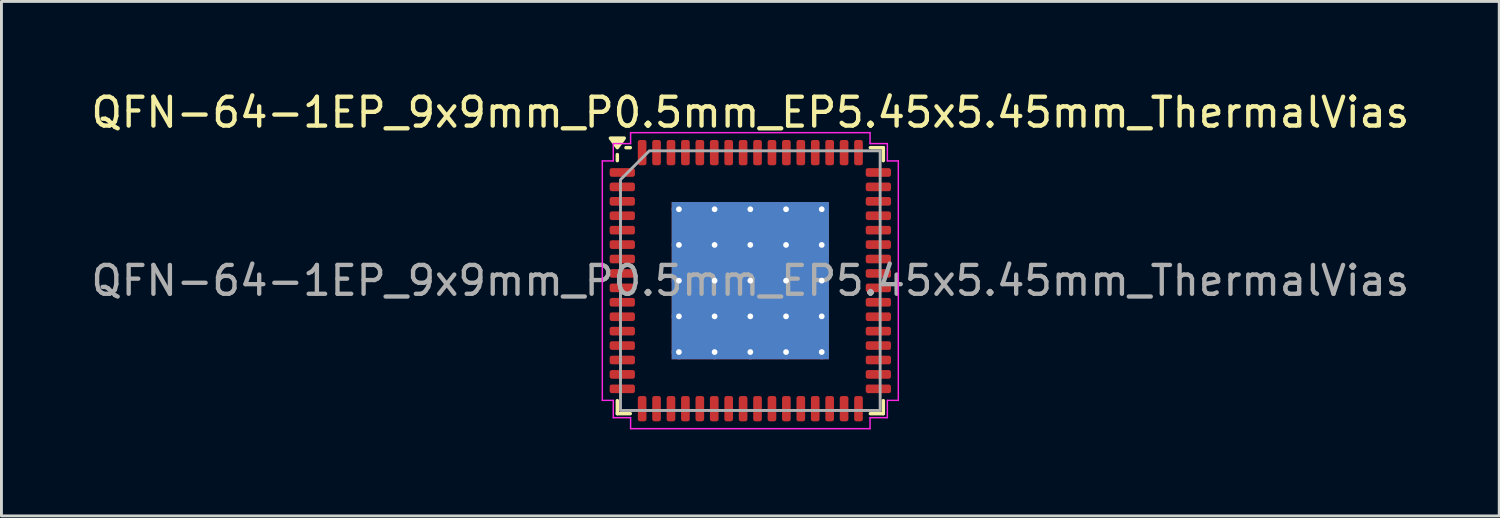
<source format=kicad_pcb>
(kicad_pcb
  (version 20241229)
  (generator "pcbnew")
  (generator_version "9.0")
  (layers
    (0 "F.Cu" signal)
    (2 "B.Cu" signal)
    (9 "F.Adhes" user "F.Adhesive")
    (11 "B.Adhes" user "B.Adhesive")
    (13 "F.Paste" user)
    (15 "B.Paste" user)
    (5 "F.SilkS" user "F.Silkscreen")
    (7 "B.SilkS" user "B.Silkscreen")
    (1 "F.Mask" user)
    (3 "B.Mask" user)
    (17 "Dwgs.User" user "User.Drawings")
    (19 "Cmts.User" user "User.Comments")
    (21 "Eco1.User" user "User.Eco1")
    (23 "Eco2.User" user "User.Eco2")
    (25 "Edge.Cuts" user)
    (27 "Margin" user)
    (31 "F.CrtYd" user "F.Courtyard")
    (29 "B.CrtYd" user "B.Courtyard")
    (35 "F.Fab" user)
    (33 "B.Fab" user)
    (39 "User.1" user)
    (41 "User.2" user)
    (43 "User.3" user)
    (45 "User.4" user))
  (footprint "QFN-64-1EP_9x9mm_P0.5mm_EP5.45x5.45mm_ThermalVias"
    (layer "F.Cu")
    (at 22.958 6.678)
    (property "Reference" "QFN-64-1EP_9x9mm_P0.5mm_EP5.45x5.45mm_ThermalVias" (at 0 -5.83 0) (layer "F.SilkS") (effects (font (size 1 1) (thickness 0.15))))
    (attr smd)
    (fp_line (start -4.61 -4.16) (end -4.61 -4.37) (stroke (width 0.12) (type solid)) (layer "F.SilkS"))
    (fp_line (start -4.61 4.61) (end -4.61 4.16) (stroke (width 0.12) (type solid)) (layer "F.SilkS"))
    (fp_line (start -4.16 -4.61) (end -4.31 -4.61) (stroke (width 0.12) (type solid)) (layer "F.SilkS"))
    (fp_line (start -4.16 4.61) (end -4.61 4.61) (stroke (width 0.12) (type solid)) (layer "F.SilkS"))
    (fp_line (start 4.16 -4.61) (end 4.61 -4.61) (stroke (width 0.12) (type solid)) (layer "F.SilkS"))
    (fp_line (start 4.16 4.61) (end 4.61 4.61) (stroke (width 0.12) (type solid)) (layer "F.SilkS"))
    (fp_line (start 4.61 -4.61) (end 4.61 -4.16) (stroke (width 0.12) (type solid)) (layer "F.SilkS"))
    (fp_line (start 4.61 4.61) (end 4.61 4.16) (stroke (width 0.12) (type solid)) (layer "F.SilkS"))
    (fp_poly (pts (xy -4.61 -4.61) (xy -4.85 -4.94) (xy -4.37 -4.94)) (stroke (width 0.12) (type solid)) (fill yes) (layer "F.SilkS"))
    (fp_line (start -5.13 -4.15) (end -4.75 -4.15) (stroke (width 0.05) (type solid)) (layer "F.CrtYd"))
    (fp_line (start -5.13 4.15) (end -5.13 -4.15) (stroke (width 0.05) (type solid)) (layer "F.CrtYd"))
    (fp_line (start -4.75 -4.75) (end -4.15 -4.75) (stroke (width 0.05) (type solid)) (layer "F.CrtYd"))
    (fp_line (start -4.75 -4.15) (end -4.75 -4.75) (stroke (width 0.05) (type solid)) (layer "F.CrtYd"))
    (fp_line (start -4.75 4.15) (end -5.13 4.15) (stroke (width 0.05) (type solid)) (layer "F.CrtYd"))
    (fp_line (start -4.75 4.75) (end -4.75 4.15) (stroke (width 0.05) (type solid)) (layer "F.CrtYd"))
    (fp_line (start -4.15 -5.13) (end 4.15 -5.13) (stroke (width 0.05) (type solid)) (layer "F.CrtYd"))
    (fp_line (start -4.15 -4.75) (end -4.15 -5.13) (stroke (width 0.05) (type solid)) (layer "F.CrtYd"))
    (fp_line (start -4.15 4.75) (end -4.75 4.75) (stroke (width 0.05) (type solid)) (layer "F.CrtYd"))
    (fp_line (start -4.15 5.13) (end -4.15 4.75) (stroke (width 0.05) (type solid)) (layer "F.CrtYd"))
    (fp_line (start 4.15 -5.13) (end 4.15 -4.75) (stroke (width 0.05) (type solid)) (layer "F.CrtYd"))
    (fp_line (start 4.15 -4.75) (end 4.75 -4.75) (stroke (width 0.05) (type solid)) (layer "F.CrtYd"))
    (fp_line (start 4.15 4.75) (end 4.15 5.13) (stroke (width 0.05) (type solid)) (layer "F.CrtYd"))
    (fp_line (start 4.15 5.13) (end -4.15 5.13) (stroke (width 0.05) (type solid)) (layer "F.CrtYd"))
    (fp_line (start 4.75 -4.75) (end 4.75 -4.15) (stroke (width 0.05) (type solid)) (layer "F.CrtYd"))
    (fp_line (start 4.75 -4.15) (end 5.13 -4.15) (stroke (width 0.05) (type solid)) (layer "F.CrtYd"))
    (fp_line (start 4.75 4.15) (end 4.75 4.75) (stroke (width 0.05) (type solid)) (layer "F.CrtYd"))
    (fp_line (start 4.75 4.75) (end 4.15 4.75) (stroke (width 0.05) (type solid)) (layer "F.CrtYd"))
    (fp_line (start 5.13 -4.15) (end 5.13 4.15) (stroke (width 0.05) (type solid)) (layer "F.CrtYd"))
    (fp_line (start 5.13 4.15) (end 4.75 4.15) (stroke (width 0.05) (type solid)) (layer "F.CrtYd"))
    (fp_poly (pts (xy -4.5 -3.5) (xy -4.5 4.5) (xy 4.5 4.5) (xy 4.5 -4.5) (xy -3.5 -4.5)) (stroke (width 0.1) (type solid)) (fill no) (layer "F.Fab"))
    (fp_text user "${REFERENCE}" (at 0 0 0) (layer "F.Fab") (effects (font (size 1 1) (thickness 0.15))))
    (pad "" smd roundrect (at -2.04 -2.04) (size 1.06 1.06) (layers "F.Paste") (roundrect_rratio 0.236))
    (pad "" smd roundrect (at -2.04 -0.68) (size 1.06 1.06) (layers "F.Paste") (roundrect_rratio 0.236))
    (pad "" smd roundrect (at -2.04 0.68) (size 1.06 1.06) (layers "F.Paste") (roundrect_rratio 0.236))
    (pad "" smd roundrect (at -2.04 2.04) (size 1.06 1.06) (layers "F.Paste") (roundrect_rratio 0.236))
    (pad "" smd roundrect (at -0.68 -2.04) (size 1.06 1.06) (layers "F.Paste") (roundrect_rratio 0.236))
    (pad "" smd roundrect (at -0.68 -0.68) (size 1.06 1.06) (layers "F.Paste") (roundrect_rratio 0.236))
    (pad "" smd roundrect (at -0.68 0.68) (size 1.06 1.06) (layers "F.Paste") (roundrect_rratio 0.236))
    (pad "" smd roundrect (at -0.68 2.04) (size 1.06 1.06) (layers "F.Paste") (roundrect_rratio 0.236))
    (pad "" smd roundrect (at 0.68 -2.04) (size 1.06 1.06) (layers "F.Paste") (roundrect_rratio 0.236))
    (pad "" smd roundrect (at 0.68 -0.68) (size 1.06 1.06) (layers "F.Paste") (roundrect_rratio 0.236))
    (pad "" smd roundrect (at 0.68 0.68) (size 1.06 1.06) (layers "F.Paste") (roundrect_rratio 0.236))
    (pad "" smd roundrect (at 0.68 2.04) (size 1.06 1.06) (layers "F.Paste") (roundrect_rratio 0.236))
    (pad "" smd roundrect (at 2.04 -2.04) (size 1.06 1.06) (layers "F.Paste") (roundrect_rratio 0.236))
    (pad "" smd roundrect (at 2.04 -0.68) (size 1.06 1.06) (layers "F.Paste") (roundrect_rratio 0.236))
    (pad "" smd roundrect (at 2.04 0.68) (size 1.06 1.06) (layers "F.Paste") (roundrect_rratio 0.236))
    (pad "" smd roundrect (at 2.04 2.04) (size 1.06 1.06) (layers "F.Paste") (roundrect_rratio 0.236))
    (pad "1" smd roundrect (at -4.438 -3.75) (size 0.875 0.3) (layers "F.Cu" "F.Mask" "F.Paste") (roundrect_rratio 0.25))
    (pad "2" smd roundrect (at -4.438 -3.25) (size 0.875 0.3) (layers "F.Cu" "F.Mask" "F.Paste") (roundrect_rratio 0.25))
    (pad "3" smd roundrect (at -4.438 -2.75) (size 0.875 0.3) (layers "F.Cu" "F.Mask" "F.Paste") (roundrect_rratio 0.25))
    (pad "4" smd roundrect (at -4.438 -2.25) (size 0.875 0.3) (layers "F.Cu" "F.Mask" "F.Paste") (roundrect_rratio 0.25))
    (pad "5" smd roundrect (at -4.438 -1.75) (size 0.875 0.3) (layers "F.Cu" "F.Mask" "F.Paste") (roundrect_rratio 0.25))
    (pad "6" smd roundrect (at -4.438 -1.25) (size 0.875 0.3) (layers "F.Cu" "F.Mask" "F.Paste") (roundrect_rratio 0.25))
    (pad "7" smd roundrect (at -4.438 -0.75) (size 0.875 0.3) (layers "F.Cu" "F.Mask" "F.Paste") (roundrect_rratio 0.25))
    (pad "8" smd roundrect (at -4.438 -0.25) (size 0.875 0.3) (layers "F.Cu" "F.Mask" "F.Paste") (roundrect_rratio 0.25))
    (pad "9" smd roundrect (at -4.438 0.25) (size 0.875 0.3) (layers "F.Cu" "F.Mask" "F.Paste") (roundrect_rratio 0.25))
    (pad "10" smd roundrect (at -4.438 0.75) (size 0.875 0.3) (layers "F.Cu" "F.Mask" "F.Paste") (roundrect_rratio 0.25))
    (pad "11" smd roundrect (at -4.438 1.25) (size 0.875 0.3) (layers "F.Cu" "F.Mask" "F.Paste") (roundrect_rratio 0.25))
    (pad "12" smd roundrect (at -4.438 1.75) (size 0.875 0.3) (layers "F.Cu" "F.Mask" "F.Paste") (roundrect_rratio 0.25))
    (pad "13" smd roundrect (at -4.438 2.25) (size 0.875 0.3) (layers "F.Cu" "F.Mask" "F.Paste") (roundrect_rratio 0.25))
    (pad "14" smd roundrect (at -4.438 2.75) (size 0.875 0.3) (layers "F.Cu" "F.Mask" "F.Paste") (roundrect_rratio 0.25))
    (pad "15" smd roundrect (at -4.438 3.25) (size 0.875 0.3) (layers "F.Cu" "F.Mask" "F.Paste") (roundrect_rratio 0.25))
    (pad "16" smd roundrect (at -4.438 3.75) (size 0.875 0.3) (layers "F.Cu" "F.Mask" "F.Paste") (roundrect_rratio 0.25))
    (pad "17" smd roundrect (at -3.75 4.438) (size 0.3 0.875) (layers "F.Cu" "F.Mask" "F.Paste") (roundrect_rratio 0.25))
    (pad "18" smd roundrect (at -3.25 4.438) (size 0.3 0.875) (layers "F.Cu" "F.Mask" "F.Paste") (roundrect_rratio 0.25))
    (pad "19" smd roundrect (at -2.75 4.438) (size 0.3 0.875) (layers "F.Cu" "F.Mask" "F.Paste") (roundrect_rratio 0.25))
    (pad "20" smd roundrect (at -2.25 4.438) (size 0.3 0.875) (layers "F.Cu" "F.Mask" "F.Paste") (roundrect_rratio 0.25))
    (pad "21" smd roundrect (at -1.75 4.438) (size 0.3 0.875) (layers "F.Cu" "F.Mask" "F.Paste") (roundrect_rratio 0.25))
    (pad "22" smd roundrect (at -1.25 4.438) (size 0.3 0.875) (layers "F.Cu" "F.Mask" "F.Paste") (roundrect_rratio 0.25))
    (pad "23" smd roundrect (at -0.75 4.438) (size 0.3 0.875) (layers "F.Cu" "F.Mask" "F.Paste") (roundrect_rratio 0.25))
    (pad "24" smd roundrect (at -0.25 4.438) (size 0.3 0.875) (layers "F.Cu" "F.Mask" "F.Paste") (roundrect_rratio 0.25))
    (pad "25" smd roundrect (at 0.25 4.438) (size 0.3 0.875) (layers "F.Cu" "F.Mask" "F.Paste") (roundrect_rratio 0.25))
    (pad "26" smd roundrect (at 0.75 4.438) (size 0.3 0.875) (layers "F.Cu" "F.Mask" "F.Paste") (roundrect_rratio 0.25))
    (pad "27" smd roundrect (at 1.25 4.438) (size 0.3 0.875) (layers "F.Cu" "F.Mask" "F.Paste") (roundrect_rratio 0.25))
    (pad "28" smd roundrect (at 1.75 4.438) (size 0.3 0.875) (layers "F.Cu" "F.Mask" "F.Paste") (roundrect_rratio 0.25))
    (pad "29" smd roundrect (at 2.25 4.438) (size 0.3 0.875) (layers "F.Cu" "F.Mask" "F.Paste") (roundrect_rratio 0.25))
    (pad "30" smd roundrect (at 2.75 4.438) (size 0.3 0.875) (layers "F.Cu" "F.Mask" "F.Paste") (roundrect_rratio 0.25))
    (pad "31" smd roundrect (at 3.25 4.438) (size 0.3 0.875) (layers "F.Cu" "F.Mask" "F.Paste") (roundrect_rratio 0.25))
    (pad "32" smd roundrect (at 3.75 4.438) (size 0.3 0.875) (layers "F.Cu" "F.Mask" "F.Paste") (roundrect_rratio 0.25))
    (pad "33" smd roundrect (at 4.438 3.75) (size 0.875 0.3) (layers "F.Cu" "F.Mask" "F.Paste") (roundrect_rratio 0.25))
    (pad "34" smd roundrect (at 4.438 3.25) (size 0.875 0.3) (layers "F.Cu" "F.Mask" "F.Paste") (roundrect_rratio 0.25))
    (pad "35" smd roundrect (at 4.438 2.75) (size 0.875 0.3) (layers "F.Cu" "F.Mask" "F.Paste") (roundrect_rratio 0.25))
    (pad "36" smd roundrect (at 4.438 2.25) (size 0.875 0.3) (layers "F.Cu" "F.Mask" "F.Paste") (roundrect_rratio 0.25))
    (pad "37" smd roundrect (at 4.438 1.75) (size 0.875 0.3) (layers "F.Cu" "F.Mask" "F.Paste") (roundrect_rratio 0.25))
    (pad "38" smd roundrect (at 4.438 1.25) (size 0.875 0.3) (layers "F.Cu" "F.Mask" "F.Paste") (roundrect_rratio 0.25))
    (pad "39" smd roundrect (at 4.438 0.75) (size 0.875 0.3) (layers "F.Cu" "F.Mask" "F.Paste") (roundrect_rratio 0.25))
    (pad "40" smd roundrect (at 4.438 0.25) (size 0.875 0.3) (layers "F.Cu" "F.Mask" "F.Paste") (roundrect_rratio 0.25))
    (pad "41" smd roundrect (at 4.438 -0.25) (size 0.875 0.3) (layers "F.Cu" "F.Mask" "F.Paste") (roundrect_rratio 0.25))
    (pad "42" smd roundrect (at 4.438 -0.75) (size 0.875 0.3) (layers "F.Cu" "F.Mask" "F.Paste") (roundrect_rratio 0.25))
    (pad "43" smd roundrect (at 4.438 -1.25) (size 0.875 0.3) (layers "F.Cu" "F.Mask" "F.Paste") (roundrect_rratio 0.25))
    (pad "44" smd roundrect (at 4.438 -1.75) (size 0.875 0.3) (layers "F.Cu" "F.Mask" "F.Paste") (roundrect_rratio 0.25))
    (pad "45" smd roundrect (at 4.438 -2.25) (size 0.875 0.3) (layers "F.Cu" "F.Mask" "F.Paste") (roundrect_rratio 0.25))
    (pad "46" smd roundrect (at 4.438 -2.75) (size 0.875 0.3) (layers "F.Cu" "F.Mask" "F.Paste") (roundrect_rratio 0.25))
    (pad "47" smd roundrect (at 4.438 -3.25) (size 0.875 0.3) (layers "F.Cu" "F.Mask" "F.Paste") (roundrect_rratio 0.25))
    (pad "48" smd roundrect (at 4.438 -3.75) (size 0.875 0.3) (layers "F.Cu" "F.Mask" "F.Paste") (roundrect_rratio 0.25))
    (pad "49" smd roundrect (at 3.75 -4.438) (size 0.3 0.875) (layers "F.Cu" "F.Mask" "F.Paste") (roundrect_rratio 0.25))
    (pad "50" smd roundrect (at 3.25 -4.438) (size 0.3 0.875) (layers "F.Cu" "F.Mask" "F.Paste") (roundrect_rratio 0.25))
    (pad "51" smd roundrect (at 2.75 -4.438) (size 0.3 0.875) (layers "F.Cu" "F.Mask" "F.Paste") (roundrect_rratio 0.25))
    (pad "52" smd roundrect (at 2.25 -4.438) (size 0.3 0.875) (layers "F.Cu" "F.Mask" "F.Paste") (roundrect_rratio 0.25))
    (pad "53" smd roundrect (at 1.75 -4.438) (size 0.3 0.875) (layers "F.Cu" "F.Mask" "F.Paste") (roundrect_rratio 0.25))
    (pad "54" smd roundrect (at 1.25 -4.438) (size 0.3 0.875) (layers "F.Cu" "F.Mask" "F.Paste") (roundrect_rratio 0.25))
    (pad "55" smd roundrect (at 0.75 -4.438) (size 0.3 0.875) (layers "F.Cu" "F.Mask" "F.Paste") (roundrect_rratio 0.25))
    (pad "56" smd roundrect (at 0.25 -4.438) (size 0.3 0.875) (layers "F.Cu" "F.Mask" "F.Paste") (roundrect_rratio 0.25))
    (pad "57" smd roundrect (at -0.25 -4.438) (size 0.3 0.875) (layers "F.Cu" "F.Mask" "F.Paste") (roundrect_rratio 0.25))
    (pad "58" smd roundrect (at -0.75 -4.438) (size 0.3 0.875) (layers "F.Cu" "F.Mask" "F.Paste") (roundrect_rratio 0.25))
    (pad "59" smd roundrect (at -1.25 -4.438) (size 0.3 0.875) (layers "F.Cu" "F.Mask" "F.Paste") (roundrect_rratio 0.25))
    (pad "60" smd roundrect (at -1.75 -4.438) (size 0.3 0.875) (layers "F.Cu" "F.Mask" "F.Paste") (roundrect_rratio 0.25))
    (pad "61" smd roundrect (at -2.25 -4.438) (size 0.3 0.875) (layers "F.Cu" "F.Mask" "F.Paste") (roundrect_rratio 0.25))
    (pad "62" smd roundrect (at -2.75 -4.438) (size 0.3 0.875) (layers "F.Cu" "F.Mask" "F.Paste") (roundrect_rratio 0.25))
    (pad "63" smd roundrect (at -3.25 -4.438) (size 0.3 0.875) (layers "F.Cu" "F.Mask" "F.Paste") (roundrect_rratio 0.25))
    (pad "64" smd roundrect (at -3.75 -4.438) (size 0.3 0.875) (layers "F.Cu" "F.Mask" "F.Paste") (roundrect_rratio 0.25))
    (pad "65" thru_hole circle (at -2.475 -2.475) (size 0.5 0.5) (drill 0.2) (property pad_prop_heatsink) (layers "*.Cu"))
    (pad "65" thru_hole circle (at -2.475 -1.238) (size 0.5 0.5) (drill 0.2) (property pad_prop_heatsink) (layers "*.Cu"))
    (pad "65" thru_hole circle (at -2.475 0) (size 0.5 0.5) (drill 0.2) (property pad_prop_heatsink) (layers "*.Cu"))
    (pad "65" thru_hole circle (at -2.475 1.238) (size 0.5 0.5) (drill 0.2) (property pad_prop_heatsink) (layers "*.Cu"))
    (pad "65" thru_hole circle (at -2.475 2.475) (size 0.5 0.5) (drill 0.2) (property pad_prop_heatsink) (layers "*.Cu"))
    (pad "65" thru_hole circle (at -1.238 -2.475) (size 0.5 0.5) (drill 0.2) (property pad_prop_heatsink) (layers "*.Cu"))
    (pad "65" thru_hole circle (at -1.238 -1.238) (size 0.5 0.5) (drill 0.2) (property pad_prop_heatsink) (layers "*.Cu"))
    (pad "65" thru_hole circle (at -1.238 0) (size 0.5 0.5) (drill 0.2) (property pad_prop_heatsink) (layers "*.Cu"))
    (pad "65" thru_hole circle (at -1.238 1.238) (size 0.5 0.5) (drill 0.2) (property pad_prop_heatsink) (layers "*.Cu"))
    (pad "65" thru_hole circle (at -1.238 2.475) (size 0.5 0.5) (drill 0.2) (property pad_prop_heatsink) (layers "*.Cu"))
    (pad "65" thru_hole circle (at 0 -2.475) (size 0.5 0.5) (drill 0.2) (property pad_prop_heatsink) (layers "*.Cu"))
    (pad "65" thru_hole circle (at 0 -1.238) (size 0.5 0.5) (drill 0.2) (property pad_prop_heatsink) (layers "*.Cu"))
    (pad "65" thru_hole circle (at 0 0) (size 0.5 0.5) (drill 0.2) (property pad_prop_heatsink) (layers "*.Cu"))
    (pad "65" smd rect (at 0 0) (size 5.45 5.45) (property pad_prop_heatsink) (layers "F.Cu" "F.Mask"))
    (pad "65" smd rect (at 0 0) (size 5.45 5.45) (property pad_prop_heatsink) (layers "B.Cu"))
    (pad "65" thru_hole circle (at 0 1.238) (size 0.5 0.5) (drill 0.2) (property pad_prop_heatsink) (layers "*.Cu"))
    (pad "65" thru_hole circle (at 0 2.475) (size 0.5 0.5) (drill 0.2) (property pad_prop_heatsink) (layers "*.Cu"))
    (pad "65" thru_hole circle (at 1.238 -2.475) (size 0.5 0.5) (drill 0.2) (property pad_prop_heatsink) (layers "*.Cu"))
    (pad "65" thru_hole circle (at 1.238 -1.238) (size 0.5 0.5) (drill 0.2) (property pad_prop_heatsink) (layers "*.Cu"))
    (pad "65" thru_hole circle (at 1.238 0) (size 0.5 0.5) (drill 0.2) (property pad_prop_heatsink) (layers "*.Cu"))
    (pad "65" thru_hole circle (at 1.238 1.238) (size 0.5 0.5) (drill 0.2) (property pad_prop_heatsink) (layers "*.Cu"))
    (pad "65" thru_hole circle (at 1.238 2.475) (size 0.5 0.5) (drill 0.2) (property pad_prop_heatsink) (layers "*.Cu"))
    (pad "65" thru_hole circle (at 2.475 -2.475) (size 0.5 0.5) (drill 0.2) (property pad_prop_heatsink) (layers "*.Cu"))
    (pad "65" thru_hole circle (at 2.475 -1.238) (size 0.5 0.5) (drill 0.2) (property pad_prop_heatsink) (layers "*.Cu"))
    (pad "65" thru_hole circle (at 2.475 0) (size 0.5 0.5) (drill 0.2) (property pad_prop_heatsink) (layers "*.Cu"))
    (pad "65" thru_hole circle (at 2.475 1.238) (size 0.5 0.5) (drill 0.2) (property pad_prop_heatsink) (layers "*.Cu"))
    (pad "65" thru_hole circle (at 2.475 2.475) (size 0.5 0.5) (drill 0.2) (property pad_prop_heatsink) (layers "*.Cu")))
  (gr_rect
    (start -3 -3)
    (end 48.917 14.833)
    (stroke (width 0.1) (type default))
    (fill no)
    (layer "Edge.Cuts")))
</source>
